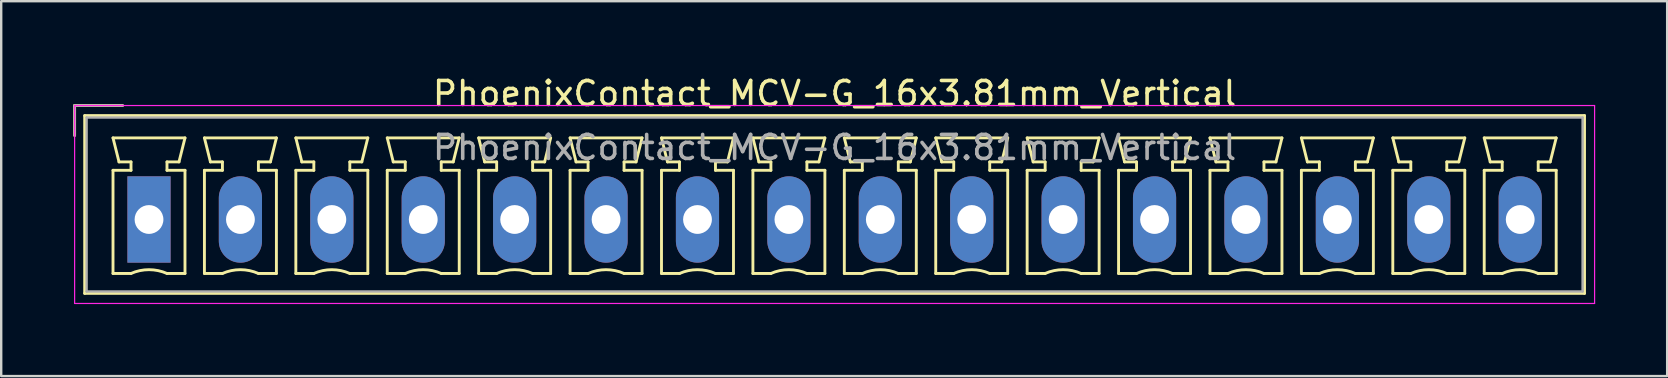
<source format=kicad_pcb>
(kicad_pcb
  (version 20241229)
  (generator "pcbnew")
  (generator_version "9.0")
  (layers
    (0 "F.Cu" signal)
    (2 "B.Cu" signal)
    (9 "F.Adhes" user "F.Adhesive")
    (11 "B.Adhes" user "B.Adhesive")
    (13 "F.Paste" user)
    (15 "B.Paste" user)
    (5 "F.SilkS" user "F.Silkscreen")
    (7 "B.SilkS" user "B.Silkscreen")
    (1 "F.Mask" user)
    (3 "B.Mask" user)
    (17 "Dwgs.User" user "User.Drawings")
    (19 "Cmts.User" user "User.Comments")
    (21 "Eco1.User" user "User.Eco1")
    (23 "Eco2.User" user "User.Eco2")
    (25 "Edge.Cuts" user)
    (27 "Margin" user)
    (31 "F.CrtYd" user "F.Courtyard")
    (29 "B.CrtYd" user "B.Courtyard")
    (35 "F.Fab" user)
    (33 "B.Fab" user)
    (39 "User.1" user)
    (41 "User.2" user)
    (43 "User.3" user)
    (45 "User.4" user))
  (footprint "PhoenixContact_MCV-G_16x3.81mm_Vertical"
    (layer "F.Cu")
    (at 3.16 6.098)
    (property "Reference" "PhoenixContact_MCV-G_16x3.81mm_Vertical" (at 28.575 -5.25 0) (layer "F.SilkS") (effects (font (size 1 1) (thickness 0.15))))
    (attr through_hole)
    (fp_line (start -3.1 -4.75) (end -1.1 -4.75) (stroke (width 0.12) (type solid)) (layer "F.SilkS"))
    (fp_line (start -3.1 -3.5) (end -3.1 -4.75) (stroke (width 0.12) (type solid)) (layer "F.SilkS"))
    (fp_line (start -2.68 -4.33) (end -2.68 3.08) (stroke (width 0.12) (type solid)) (layer "F.SilkS"))
    (fp_line (start -2.68 3.08) (end 59.83 3.08) (stroke (width 0.12) (type solid)) (layer "F.SilkS"))
    (fp_line (start -1.5 -3.4) (end 1.5 -3.4) (stroke (width 0.12) (type solid)) (layer "F.SilkS"))
    (fp_line (start -1.5 -2.05) (end -0.75 -2.05) (stroke (width 0.12) (type solid)) (layer "F.SilkS"))
    (fp_line (start -1.5 2.25) (end -1.5 -2.05) (stroke (width 0.12) (type solid)) (layer "F.SilkS"))
    (fp_line (start -1.25 -2.4) (end -1.5 -3.4) (stroke (width 0.12) (type solid)) (layer "F.SilkS"))
    (fp_line (start -0.75 -2.4) (end -1.25 -2.4) (stroke (width 0.12) (type solid)) (layer "F.SilkS"))
    (fp_line (start -0.75 -2.05) (end -0.75 -2.4) (stroke (width 0.12) (type solid)) (layer "F.SilkS"))
    (fp_line (start -0.75 2.25) (end -1.5 2.25) (stroke (width 0.12) (type solid)) (layer "F.SilkS"))
    (fp_line (start 0.75 -2.4) (end 0.75 -2.05) (stroke (width 0.12) (type solid)) (layer "F.SilkS"))
    (fp_line (start 0.75 -2.05) (end 1.5 -2.05) (stroke (width 0.12) (type solid)) (layer "F.SilkS"))
    (fp_line (start 1.25 -2.4) (end 0.75 -2.4) (stroke (width 0.12) (type solid)) (layer "F.SilkS"))
    (fp_line (start 1.5 -3.4) (end 1.25 -2.4) (stroke (width 0.12) (type solid)) (layer "F.SilkS"))
    (fp_line (start 1.5 -2.05) (end 1.5 2.25) (stroke (width 0.12) (type solid)) (layer "F.SilkS"))
    (fp_line (start 1.5 2.25) (end 0.75 2.25) (stroke (width 0.12) (type solid)) (layer "F.SilkS"))
    (fp_line (start 2.31 -3.4) (end 5.31 -3.4) (stroke (width 0.12) (type solid)) (layer "F.SilkS"))
    (fp_line (start 2.31 -2.05) (end 3.06 -2.05) (stroke (width 0.12) (type solid)) (layer "F.SilkS"))
    (fp_line (start 2.31 2.25) (end 2.31 -2.05) (stroke (width 0.12) (type solid)) (layer "F.SilkS"))
    (fp_line (start 2.56 -2.4) (end 2.31 -3.4) (stroke (width 0.12) (type solid)) (layer "F.SilkS"))
    (fp_line (start 3.06 -2.4) (end 2.56 -2.4) (stroke (width 0.12) (type solid)) (layer "F.SilkS"))
    (fp_line (start 3.06 -2.05) (end 3.06 -2.4) (stroke (width 0.12) (type solid)) (layer "F.SilkS"))
    (fp_line (start 3.06 2.25) (end 2.31 2.25) (stroke (width 0.12) (type solid)) (layer "F.SilkS"))
    (fp_line (start 4.56 -2.4) (end 4.56 -2.05) (stroke (width 0.12) (type solid)) (layer "F.SilkS"))
    (fp_line (start 4.56 -2.05) (end 5.31 -2.05) (stroke (width 0.12) (type solid)) (layer "F.SilkS"))
    (fp_line (start 5.06 -2.4) (end 4.56 -2.4) (stroke (width 0.12) (type solid)) (layer "F.SilkS"))
    (fp_line (start 5.31 -3.4) (end 5.06 -2.4) (stroke (width 0.12) (type solid)) (layer "F.SilkS"))
    (fp_line (start 5.31 -2.05) (end 5.31 2.25) (stroke (width 0.12) (type solid)) (layer "F.SilkS"))
    (fp_line (start 5.31 2.25) (end 4.56 2.25) (stroke (width 0.12) (type solid)) (layer "F.SilkS"))
    (fp_line (start 6.12 -3.4) (end 9.12 -3.4) (stroke (width 0.12) (type solid)) (layer "F.SilkS"))
    (fp_line (start 6.12 -2.05) (end 6.87 -2.05) (stroke (width 0.12) (type solid)) (layer "F.SilkS"))
    (fp_line (start 6.12 2.25) (end 6.12 -2.05) (stroke (width 0.12) (type solid)) (layer "F.SilkS"))
    (fp_line (start 6.37 -2.4) (end 6.12 -3.4) (stroke (width 0.12) (type solid)) (layer "F.SilkS"))
    (fp_line (start 6.87 -2.4) (end 6.37 -2.4) (stroke (width 0.12) (type solid)) (layer "F.SilkS"))
    (fp_line (start 6.87 -2.05) (end 6.87 -2.4) (stroke (width 0.12) (type solid)) (layer "F.SilkS"))
    (fp_line (start 6.87 2.25) (end 6.12 2.25) (stroke (width 0.12) (type solid)) (layer "F.SilkS"))
    (fp_line (start 8.37 -2.4) (end 8.37 -2.05) (stroke (width 0.12) (type solid)) (layer "F.SilkS"))
    (fp_line (start 8.37 -2.05) (end 9.12 -2.05) (stroke (width 0.12) (type solid)) (layer "F.SilkS"))
    (fp_line (start 8.87 -2.4) (end 8.37 -2.4) (stroke (width 0.12) (type solid)) (layer "F.SilkS"))
    (fp_line (start 9.12 -3.4) (end 8.87 -2.4) (stroke (width 0.12) (type solid)) (layer "F.SilkS"))
    (fp_line (start 9.12 -2.05) (end 9.12 2.25) (stroke (width 0.12) (type solid)) (layer "F.SilkS"))
    (fp_line (start 9.12 2.25) (end 8.37 2.25) (stroke (width 0.12) (type solid)) (layer "F.SilkS"))
    (fp_line (start 9.93 -3.4) (end 12.93 -3.4) (stroke (width 0.12) (type solid)) (layer "F.SilkS"))
    (fp_line (start 9.93 -2.05) (end 10.68 -2.05) (stroke (width 0.12) (type solid)) (layer "F.SilkS"))
    (fp_line (start 9.93 2.25) (end 9.93 -2.05) (stroke (width 0.12) (type solid)) (layer "F.SilkS"))
    (fp_line (start 10.18 -2.4) (end 9.93 -3.4) (stroke (width 0.12) (type solid)) (layer "F.SilkS"))
    (fp_line (start 10.68 -2.4) (end 10.18 -2.4) (stroke (width 0.12) (type solid)) (layer "F.SilkS"))
    (fp_line (start 10.68 -2.05) (end 10.68 -2.4) (stroke (width 0.12) (type solid)) (layer "F.SilkS"))
    (fp_line (start 10.68 2.25) (end 9.93 2.25) (stroke (width 0.12) (type solid)) (layer "F.SilkS"))
    (fp_line (start 12.18 -2.4) (end 12.18 -2.05) (stroke (width 0.12) (type solid)) (layer "F.SilkS"))
    (fp_line (start 12.18 -2.05) (end 12.93 -2.05) (stroke (width 0.12) (type solid)) (layer "F.SilkS"))
    (fp_line (start 12.68 -2.4) (end 12.18 -2.4) (stroke (width 0.12) (type solid)) (layer "F.SilkS"))
    (fp_line (start 12.93 -3.4) (end 12.68 -2.4) (stroke (width 0.12) (type solid)) (layer "F.SilkS"))
    (fp_line (start 12.93 -2.05) (end 12.93 2.25) (stroke (width 0.12) (type solid)) (layer "F.SilkS"))
    (fp_line (start 12.93 2.25) (end 12.18 2.25) (stroke (width 0.12) (type solid)) (layer "F.SilkS"))
    (fp_line (start 13.74 -3.4) (end 16.74 -3.4) (stroke (width 0.12) (type solid)) (layer "F.SilkS"))
    (fp_line (start 13.74 -2.05) (end 14.49 -2.05) (stroke (width 0.12) (type solid)) (layer "F.SilkS"))
    (fp_line (start 13.74 2.25) (end 13.74 -2.05) (stroke (width 0.12) (type solid)) (layer "F.SilkS"))
    (fp_line (start 13.99 -2.4) (end 13.74 -3.4) (stroke (width 0.12) (type solid)) (layer "F.SilkS"))
    (fp_line (start 14.49 -2.4) (end 13.99 -2.4) (stroke (width 0.12) (type solid)) (layer "F.SilkS"))
    (fp_line (start 14.49 -2.05) (end 14.49 -2.4) (stroke (width 0.12) (type solid)) (layer "F.SilkS"))
    (fp_line (start 14.49 2.25) (end 13.74 2.25) (stroke (width 0.12) (type solid)) (layer "F.SilkS"))
    (fp_line (start 15.99 -2.4) (end 15.99 -2.05) (stroke (width 0.12) (type solid)) (layer "F.SilkS"))
    (fp_line (start 15.99 -2.05) (end 16.74 -2.05) (stroke (width 0.12) (type solid)) (layer "F.SilkS"))
    (fp_line (start 16.49 -2.4) (end 15.99 -2.4) (stroke (width 0.12) (type solid)) (layer "F.SilkS"))
    (fp_line (start 16.74 -3.4) (end 16.49 -2.4) (stroke (width 0.12) (type solid)) (layer "F.SilkS"))
    (fp_line (start 16.74 -2.05) (end 16.74 2.25) (stroke (width 0.12) (type solid)) (layer "F.SilkS"))
    (fp_line (start 16.74 2.25) (end 15.99 2.25) (stroke (width 0.12) (type solid)) (layer "F.SilkS"))
    (fp_line (start 17.55 -3.4) (end 20.55 -3.4) (stroke (width 0.12) (type solid)) (layer "F.SilkS"))
    (fp_line (start 17.55 -2.05) (end 18.3 -2.05) (stroke (width 0.12) (type solid)) (layer "F.SilkS"))
    (fp_line (start 17.55 2.25) (end 17.55 -2.05) (stroke (width 0.12) (type solid)) (layer "F.SilkS"))
    (fp_line (start 17.8 -2.4) (end 17.55 -3.4) (stroke (width 0.12) (type solid)) (layer "F.SilkS"))
    (fp_line (start 18.3 -2.4) (end 17.8 -2.4) (stroke (width 0.12) (type solid)) (layer "F.SilkS"))
    (fp_line (start 18.3 -2.05) (end 18.3 -2.4) (stroke (width 0.12) (type solid)) (layer "F.SilkS"))
    (fp_line (start 18.3 2.25) (end 17.55 2.25) (stroke (width 0.12) (type solid)) (layer "F.SilkS"))
    (fp_line (start 19.8 -2.4) (end 19.8 -2.05) (stroke (width 0.12) (type solid)) (layer "F.SilkS"))
    (fp_line (start 19.8 -2.05) (end 20.55 -2.05) (stroke (width 0.12) (type solid)) (layer "F.SilkS"))
    (fp_line (start 20.3 -2.4) (end 19.8 -2.4) (stroke (width 0.12) (type solid)) (layer "F.SilkS"))
    (fp_line (start 20.55 -3.4) (end 20.3 -2.4) (stroke (width 0.12) (type solid)) (layer "F.SilkS"))
    (fp_line (start 20.55 -2.05) (end 20.55 2.25) (stroke (width 0.12) (type solid)) (layer "F.SilkS"))
    (fp_line (start 20.55 2.25) (end 19.8 2.25) (stroke (width 0.12) (type solid)) (layer "F.SilkS"))
    (fp_line (start 21.36 -3.4) (end 24.36 -3.4) (stroke (width 0.12) (type solid)) (layer "F.SilkS"))
    (fp_line (start 21.36 -2.05) (end 22.11 -2.05) (stroke (width 0.12) (type solid)) (layer "F.SilkS"))
    (fp_line (start 21.36 2.25) (end 21.36 -2.05) (stroke (width 0.12) (type solid)) (layer "F.SilkS"))
    (fp_line (start 21.61 -2.4) (end 21.36 -3.4) (stroke (width 0.12) (type solid)) (layer "F.SilkS"))
    (fp_line (start 22.11 -2.4) (end 21.61 -2.4) (stroke (width 0.12) (type solid)) (layer "F.SilkS"))
    (fp_line (start 22.11 -2.05) (end 22.11 -2.4) (stroke (width 0.12) (type solid)) (layer "F.SilkS"))
    (fp_line (start 22.11 2.25) (end 21.36 2.25) (stroke (width 0.12) (type solid)) (layer "F.SilkS"))
    (fp_line (start 23.61 -2.4) (end 23.61 -2.05) (stroke (width 0.12) (type solid)) (layer "F.SilkS"))
    (fp_line (start 23.61 -2.05) (end 24.36 -2.05) (stroke (width 0.12) (type solid)) (layer "F.SilkS"))
    (fp_line (start 24.11 -2.4) (end 23.61 -2.4) (stroke (width 0.12) (type solid)) (layer "F.SilkS"))
    (fp_line (start 24.36 -3.4) (end 24.11 -2.4) (stroke (width 0.12) (type solid)) (layer "F.SilkS"))
    (fp_line (start 24.36 -2.05) (end 24.36 2.25) (stroke (width 0.12) (type solid)) (layer "F.SilkS"))
    (fp_line (start 24.36 2.25) (end 23.61 2.25) (stroke (width 0.12) (type solid)) (layer "F.SilkS"))
    (fp_line (start 25.17 -3.4) (end 28.17 -3.4) (stroke (width 0.12) (type solid)) (layer "F.SilkS"))
    (fp_line (start 25.17 -2.05) (end 25.92 -2.05) (stroke (width 0.12) (type solid)) (layer "F.SilkS"))
    (fp_line (start 25.17 2.25) (end 25.17 -2.05) (stroke (width 0.12) (type solid)) (layer "F.SilkS"))
    (fp_line (start 25.42 -2.4) (end 25.17 -3.4) (stroke (width 0.12) (type solid)) (layer "F.SilkS"))
    (fp_line (start 25.92 -2.4) (end 25.42 -2.4) (stroke (width 0.12) (type solid)) (layer "F.SilkS"))
    (fp_line (start 25.92 -2.05) (end 25.92 -2.4) (stroke (width 0.12) (type solid)) (layer "F.SilkS"))
    (fp_line (start 25.92 2.25) (end 25.17 2.25) (stroke (width 0.12) (type solid)) (layer "F.SilkS"))
    (fp_line (start 27.42 -2.4) (end 27.42 -2.05) (stroke (width 0.12) (type solid)) (layer "F.SilkS"))
    (fp_line (start 27.42 -2.05) (end 28.17 -2.05) (stroke (width 0.12) (type solid)) (layer "F.SilkS"))
    (fp_line (start 27.92 -2.4) (end 27.42 -2.4) (stroke (width 0.12) (type solid)) (layer "F.SilkS"))
    (fp_line (start 28.17 -3.4) (end 27.92 -2.4) (stroke (width 0.12) (type solid)) (layer "F.SilkS"))
    (fp_line (start 28.17 -2.05) (end 28.17 2.25) (stroke (width 0.12) (type solid)) (layer "F.SilkS"))
    (fp_line (start 28.17 2.25) (end 27.42 2.25) (stroke (width 0.12) (type solid)) (layer "F.SilkS"))
    (fp_line (start 28.98 -3.4) (end 31.98 -3.4) (stroke (width 0.12) (type solid)) (layer "F.SilkS"))
    (fp_line (start 28.98 -2.05) (end 29.73 -2.05) (stroke (width 0.12) (type solid)) (layer "F.SilkS"))
    (fp_line (start 28.98 2.25) (end 28.98 -2.05) (stroke (width 0.12) (type solid)) (layer "F.SilkS"))
    (fp_line (start 29.23 -2.4) (end 28.98 -3.4) (stroke (width 0.12) (type solid)) (layer "F.SilkS"))
    (fp_line (start 29.73 -2.4) (end 29.23 -2.4) (stroke (width 0.12) (type solid)) (layer "F.SilkS"))
    (fp_line (start 29.73 -2.05) (end 29.73 -2.4) (stroke (width 0.12) (type solid)) (layer "F.SilkS"))
    (fp_line (start 29.73 2.25) (end 28.98 2.25) (stroke (width 0.12) (type solid)) (layer "F.SilkS"))
    (fp_line (start 31.23 -2.4) (end 31.23 -2.05) (stroke (width 0.12) (type solid)) (layer "F.SilkS"))
    (fp_line (start 31.23 -2.05) (end 31.98 -2.05) (stroke (width 0.12) (type solid)) (layer "F.SilkS"))
    (fp_line (start 31.73 -2.4) (end 31.23 -2.4) (stroke (width 0.12) (type solid)) (layer "F.SilkS"))
    (fp_line (start 31.98 -3.4) (end 31.73 -2.4) (stroke (width 0.12) (type solid)) (layer "F.SilkS"))
    (fp_line (start 31.98 -2.05) (end 31.98 2.25) (stroke (width 0.12) (type solid)) (layer "F.SilkS"))
    (fp_line (start 31.98 2.25) (end 31.23 2.25) (stroke (width 0.12) (type solid)) (layer "F.SilkS"))
    (fp_line (start 32.79 -3.4) (end 35.79 -3.4) (stroke (width 0.12) (type solid)) (layer "F.SilkS"))
    (fp_line (start 32.79 -2.05) (end 33.54 -2.05) (stroke (width 0.12) (type solid)) (layer "F.SilkS"))
    (fp_line (start 32.79 2.25) (end 32.79 -2.05) (stroke (width 0.12) (type solid)) (layer "F.SilkS"))
    (fp_line (start 33.04 -2.4) (end 32.79 -3.4) (stroke (width 0.12) (type solid)) (layer "F.SilkS"))
    (fp_line (start 33.54 -2.4) (end 33.04 -2.4) (stroke (width 0.12) (type solid)) (layer "F.SilkS"))
    (fp_line (start 33.54 -2.05) (end 33.54 -2.4) (stroke (width 0.12) (type solid)) (layer "F.SilkS"))
    (fp_line (start 33.54 2.25) (end 32.79 2.25) (stroke (width 0.12) (type solid)) (layer "F.SilkS"))
    (fp_line (start 35.04 -2.4) (end 35.04 -2.05) (stroke (width 0.12) (type solid)) (layer "F.SilkS"))
    (fp_line (start 35.04 -2.05) (end 35.79 -2.05) (stroke (width 0.12) (type solid)) (layer "F.SilkS"))
    (fp_line (start 35.54 -2.4) (end 35.04 -2.4) (stroke (width 0.12) (type solid)) (layer "F.SilkS"))
    (fp_line (start 35.79 -3.4) (end 35.54 -2.4) (stroke (width 0.12) (type solid)) (layer "F.SilkS"))
    (fp_line (start 35.79 -2.05) (end 35.79 2.25) (stroke (width 0.12) (type solid)) (layer "F.SilkS"))
    (fp_line (start 35.79 2.25) (end 35.04 2.25) (stroke (width 0.12) (type solid)) (layer "F.SilkS"))
    (fp_line (start 36.6 -3.4) (end 39.6 -3.4) (stroke (width 0.12) (type solid)) (layer "F.SilkS"))
    (fp_line (start 36.6 -2.05) (end 37.35 -2.05) (stroke (width 0.12) (type solid)) (layer "F.SilkS"))
    (fp_line (start 36.6 2.25) (end 36.6 -2.05) (stroke (width 0.12) (type solid)) (layer "F.SilkS"))
    (fp_line (start 36.85 -2.4) (end 36.6 -3.4) (stroke (width 0.12) (type solid)) (layer "F.SilkS"))
    (fp_line (start 37.35 -2.4) (end 36.85 -2.4) (stroke (width 0.12) (type solid)) (layer "F.SilkS"))
    (fp_line (start 37.35 -2.05) (end 37.35 -2.4) (stroke (width 0.12) (type solid)) (layer "F.SilkS"))
    (fp_line (start 37.35 2.25) (end 36.6 2.25) (stroke (width 0.12) (type solid)) (layer "F.SilkS"))
    (fp_line (start 38.85 -2.4) (end 38.85 -2.05) (stroke (width 0.12) (type solid)) (layer "F.SilkS"))
    (fp_line (start 38.85 -2.05) (end 39.6 -2.05) (stroke (width 0.12) (type solid)) (layer "F.SilkS"))
    (fp_line (start 39.35 -2.4) (end 38.85 -2.4) (stroke (width 0.12) (type solid)) (layer "F.SilkS"))
    (fp_line (start 39.6 -3.4) (end 39.35 -2.4) (stroke (width 0.12) (type solid)) (layer "F.SilkS"))
    (fp_line (start 39.6 -2.05) (end 39.6 2.25) (stroke (width 0.12) (type solid)) (layer "F.SilkS"))
    (fp_line (start 39.6 2.25) (end 38.85 2.25) (stroke (width 0.12) (type solid)) (layer "F.SilkS"))
    (fp_line (start 40.41 -3.4) (end 43.41 -3.4) (stroke (width 0.12) (type solid)) (layer "F.SilkS"))
    (fp_line (start 40.41 -2.05) (end 41.16 -2.05) (stroke (width 0.12) (type solid)) (layer "F.SilkS"))
    (fp_line (start 40.41 2.25) (end 40.41 -2.05) (stroke (width 0.12) (type solid)) (layer "F.SilkS"))
    (fp_line (start 40.66 -2.4) (end 40.41 -3.4) (stroke (width 0.12) (type solid)) (layer "F.SilkS"))
    (fp_line (start 41.16 -2.4) (end 40.66 -2.4) (stroke (width 0.12) (type solid)) (layer "F.SilkS"))
    (fp_line (start 41.16 -2.05) (end 41.16 -2.4) (stroke (width 0.12) (type solid)) (layer "F.SilkS"))
    (fp_line (start 41.16 2.25) (end 40.41 2.25) (stroke (width 0.12) (type solid)) (layer "F.SilkS"))
    (fp_line (start 42.66 -2.4) (end 42.66 -2.05) (stroke (width 0.12) (type solid)) (layer "F.SilkS"))
    (fp_line (start 42.66 -2.05) (end 43.41 -2.05) (stroke (width 0.12) (type solid)) (layer "F.SilkS"))
    (fp_line (start 43.16 -2.4) (end 42.66 -2.4) (stroke (width 0.12) (type solid)) (layer "F.SilkS"))
    (fp_line (start 43.41 -3.4) (end 43.16 -2.4) (stroke (width 0.12) (type solid)) (layer "F.SilkS"))
    (fp_line (start 43.41 -2.05) (end 43.41 2.25) (stroke (width 0.12) (type solid)) (layer "F.SilkS"))
    (fp_line (start 43.41 2.25) (end 42.66 2.25) (stroke (width 0.12) (type solid)) (layer "F.SilkS"))
    (fp_line (start 44.22 -3.4) (end 47.22 -3.4) (stroke (width 0.12) (type solid)) (layer "F.SilkS"))
    (fp_line (start 44.22 -2.05) (end 44.97 -2.05) (stroke (width 0.12) (type solid)) (layer "F.SilkS"))
    (fp_line (start 44.22 2.25) (end 44.22 -2.05) (stroke (width 0.12) (type solid)) (layer "F.SilkS"))
    (fp_line (start 44.47 -2.4) (end 44.22 -3.4) (stroke (width 0.12) (type solid)) (layer "F.SilkS"))
    (fp_line (start 44.97 -2.4) (end 44.47 -2.4) (stroke (width 0.12) (type solid)) (layer "F.SilkS"))
    (fp_line (start 44.97 -2.05) (end 44.97 -2.4) (stroke (width 0.12) (type solid)) (layer "F.SilkS"))
    (fp_line (start 44.97 2.25) (end 44.22 2.25) (stroke (width 0.12) (type solid)) (layer "F.SilkS"))
    (fp_line (start 46.47 -2.4) (end 46.47 -2.05) (stroke (width 0.12) (type solid)) (layer "F.SilkS"))
    (fp_line (start 46.47 -2.05) (end 47.22 -2.05) (stroke (width 0.12) (type solid)) (layer "F.SilkS"))
    (fp_line (start 46.97 -2.4) (end 46.47 -2.4) (stroke (width 0.12) (type solid)) (layer "F.SilkS"))
    (fp_line (start 47.22 -3.4) (end 46.97 -2.4) (stroke (width 0.12) (type solid)) (layer "F.SilkS"))
    (fp_line (start 47.22 -2.05) (end 47.22 2.25) (stroke (width 0.12) (type solid)) (layer "F.SilkS"))
    (fp_line (start 47.22 2.25) (end 46.47 2.25) (stroke (width 0.12) (type solid)) (layer "F.SilkS"))
    (fp_line (start 48.03 -3.4) (end 51.03 -3.4) (stroke (width 0.12) (type solid)) (layer "F.SilkS"))
    (fp_line (start 48.03 -2.05) (end 48.78 -2.05) (stroke (width 0.12) (type solid)) (layer "F.SilkS"))
    (fp_line (start 48.03 2.25) (end 48.03 -2.05) (stroke (width 0.12) (type solid)) (layer "F.SilkS"))
    (fp_line (start 48.28 -2.4) (end 48.03 -3.4) (stroke (width 0.12) (type solid)) (layer "F.SilkS"))
    (fp_line (start 48.78 -2.4) (end 48.28 -2.4) (stroke (width 0.12) (type solid)) (layer "F.SilkS"))
    (fp_line (start 48.78 -2.05) (end 48.78 -2.4) (stroke (width 0.12) (type solid)) (layer "F.SilkS"))
    (fp_line (start 48.78 2.25) (end 48.03 2.25) (stroke (width 0.12) (type solid)) (layer "F.SilkS"))
    (fp_line (start 50.28 -2.4) (end 50.28 -2.05) (stroke (width 0.12) (type solid)) (layer "F.SilkS"))
    (fp_line (start 50.28 -2.05) (end 51.03 -2.05) (stroke (width 0.12) (type solid)) (layer "F.SilkS"))
    (fp_line (start 50.78 -2.4) (end 50.28 -2.4) (stroke (width 0.12) (type solid)) (layer "F.SilkS"))
    (fp_line (start 51.03 -3.4) (end 50.78 -2.4) (stroke (width 0.12) (type solid)) (layer "F.SilkS"))
    (fp_line (start 51.03 -2.05) (end 51.03 2.25) (stroke (width 0.12) (type solid)) (layer "F.SilkS"))
    (fp_line (start 51.03 2.25) (end 50.28 2.25) (stroke (width 0.12) (type solid)) (layer "F.SilkS"))
    (fp_line (start 51.84 -3.4) (end 54.84 -3.4) (stroke (width 0.12) (type solid)) (layer "F.SilkS"))
    (fp_line (start 51.84 -2.05) (end 52.59 -2.05) (stroke (width 0.12) (type solid)) (layer "F.SilkS"))
    (fp_line (start 51.84 2.25) (end 51.84 -2.05) (stroke (width 0.12) (type solid)) (layer "F.SilkS"))
    (fp_line (start 52.09 -2.4) (end 51.84 -3.4) (stroke (width 0.12) (type solid)) (layer "F.SilkS"))
    (fp_line (start 52.59 -2.4) (end 52.09 -2.4) (stroke (width 0.12) (type solid)) (layer "F.SilkS"))
    (fp_line (start 52.59 -2.05) (end 52.59 -2.4) (stroke (width 0.12) (type solid)) (layer "F.SilkS"))
    (fp_line (start 52.59 2.25) (end 51.84 2.25) (stroke (width 0.12) (type solid)) (layer "F.SilkS"))
    (fp_line (start 54.09 -2.4) (end 54.09 -2.05) (stroke (width 0.12) (type solid)) (layer "F.SilkS"))
    (fp_line (start 54.09 -2.05) (end 54.84 -2.05) (stroke (width 0.12) (type solid)) (layer "F.SilkS"))
    (fp_line (start 54.59 -2.4) (end 54.09 -2.4) (stroke (width 0.12) (type solid)) (layer "F.SilkS"))
    (fp_line (start 54.84 -3.4) (end 54.59 -2.4) (stroke (width 0.12) (type solid)) (layer "F.SilkS"))
    (fp_line (start 54.84 -2.05) (end 54.84 2.25) (stroke (width 0.12) (type solid)) (layer "F.SilkS"))
    (fp_line (start 54.84 2.25) (end 54.09 2.25) (stroke (width 0.12) (type solid)) (layer "F.SilkS"))
    (fp_line (start 55.65 -3.4) (end 58.65 -3.4) (stroke (width 0.12) (type solid)) (layer "F.SilkS"))
    (fp_line (start 55.65 -2.05) (end 56.4 -2.05) (stroke (width 0.12) (type solid)) (layer "F.SilkS"))
    (fp_line (start 55.65 2.25) (end 55.65 -2.05) (stroke (width 0.12) (type solid)) (layer "F.SilkS"))
    (fp_line (start 55.9 -2.4) (end 55.65 -3.4) (stroke (width 0.12) (type solid)) (layer "F.SilkS"))
    (fp_line (start 56.4 -2.4) (end 55.9 -2.4) (stroke (width 0.12) (type solid)) (layer "F.SilkS"))
    (fp_line (start 56.4 -2.05) (end 56.4 -2.4) (stroke (width 0.12) (type solid)) (layer "F.SilkS"))
    (fp_line (start 56.4 2.25) (end 55.65 2.25) (stroke (width 0.12) (type solid)) (layer "F.SilkS"))
    (fp_line (start 57.9 -2.4) (end 57.9 -2.05) (stroke (width 0.12) (type solid)) (layer "F.SilkS"))
    (fp_line (start 57.9 -2.05) (end 58.65 -2.05) (stroke (width 0.12) (type solid)) (layer "F.SilkS"))
    (fp_line (start 58.4 -2.4) (end 57.9 -2.4) (stroke (width 0.12) (type solid)) (layer "F.SilkS"))
    (fp_line (start 58.65 -3.4) (end 58.4 -2.4) (stroke (width 0.12) (type solid)) (layer "F.SilkS"))
    (fp_line (start 58.65 -2.05) (end 58.65 2.25) (stroke (width 0.12) (type solid)) (layer "F.SilkS"))
    (fp_line (start 58.65 2.25) (end 57.9 2.25) (stroke (width 0.12) (type solid)) (layer "F.SilkS"))
    (fp_line (start 59.83 -4.33) (end -2.68 -4.33) (stroke (width 0.12) (type solid)) (layer "F.SilkS"))
    (fp_line (start 59.83 3.08) (end 59.83 -4.33) (stroke (width 0.12) (type solid)) (layer "F.SilkS"))
    (fp_arc (start -0.75 2.25) (mid -0.000193 2.09191) (end 0.749647 2.249844) (stroke (width 0.12) (type solid)) (layer "F.SilkS"))
    (fp_arc (start 3.06 2.25) (mid 3.809807 2.09191) (end 4.559647 2.249844) (stroke (width 0.12) (type solid)) (layer "F.SilkS"))
    (fp_arc (start 6.87 2.25) (mid 7.619807 2.09191) (end 8.369647 2.249844) (stroke (width 0.12) (type solid)) (layer "F.SilkS"))
    (fp_arc (start 10.68 2.25) (mid 11.429807 2.09191) (end 12.179647 2.249844) (stroke (width 0.12) (type solid)) (layer "F.SilkS"))
    (fp_arc (start 14.49 2.25) (mid 15.239807 2.09191) (end 15.989647 2.249844) (stroke (width 0.12) (type solid)) (layer "F.SilkS"))
    (fp_arc (start 18.3 2.25) (mid 19.049807 2.09191) (end 19.799647 2.249844) (stroke (width 0.12) (type solid)) (layer "F.SilkS"))
    (fp_arc (start 22.11 2.25) (mid 22.859807 2.09191) (end 23.609647 2.249844) (stroke (width 0.12) (type solid)) (layer "F.SilkS"))
    (fp_arc (start 25.92 2.25) (mid 26.669807 2.09191) (end 27.419647 2.249844) (stroke (width 0.12) (type solid)) (layer "F.SilkS"))
    (fp_arc (start 29.73 2.25) (mid 30.479807 2.09191) (end 31.229647 2.249844) (stroke (width 0.12) (type solid)) (layer "F.SilkS"))
    (fp_arc (start 33.54 2.25) (mid 34.289807 2.09191) (end 35.039647 2.249844) (stroke (width 0.12) (type solid)) (layer "F.SilkS"))
    (fp_arc (start 37.35 2.25) (mid 38.099807 2.09191) (end 38.849647 2.249844) (stroke (width 0.12) (type solid)) (layer "F.SilkS"))
    (fp_arc (start 41.16 2.25) (mid 41.909807 2.09191) (end 42.659647 2.249844) (stroke (width 0.12) (type solid)) (layer "F.SilkS"))
    (fp_arc (start 44.97 2.25) (mid 45.719807 2.09191) (end 46.469647 2.249844) (stroke (width 0.12) (type solid)) (layer "F.SilkS"))
    (fp_arc (start 48.78 2.25) (mid 49.529807 2.09191) (end 50.279647 2.249844) (stroke (width 0.12) (type solid)) (layer "F.SilkS"))
    (fp_arc (start 52.59 2.25) (mid 53.339807 2.09191) (end 54.089647 2.249844) (stroke (width 0.12) (type solid)) (layer "F.SilkS"))
    (fp_arc (start 56.4 2.25) (mid 57.149807 2.09191) (end 57.899647 2.249844) (stroke (width 0.12) (type solid)) (layer "F.SilkS"))
    (fp_line (start -3.1 -4.75) (end -3.1 3.5) (stroke (width 0.05) (type solid)) (layer "F.CrtYd"))
    (fp_line (start -3.1 3.5) (end 60.25 3.5) (stroke (width 0.05) (type solid)) (layer "F.CrtYd"))
    (fp_line (start 60.25 -4.75) (end -3.1 -4.75) (stroke (width 0.05) (type solid)) (layer "F.CrtYd"))
    (fp_line (start 60.25 3.5) (end 60.25 -4.75) (stroke (width 0.05) (type solid)) (layer "F.CrtYd"))
    (fp_line (start -3.1 -4.75) (end -1.1 -4.75) (stroke (width 0.1) (type solid)) (layer "F.Fab"))
    (fp_line (start -3.1 -3.5) (end -3.1 -4.75) (stroke (width 0.1) (type solid)) (layer "F.Fab"))
    (fp_line (start -2.6 -4.25) (end -2.6 3) (stroke (width 0.1) (type solid)) (layer "F.Fab"))
    (fp_line (start -2.6 3) (end 59.75 3) (stroke (width 0.1) (type solid)) (layer "F.Fab"))
    (fp_line (start 59.75 -4.25) (end -2.6 -4.25) (stroke (width 0.1) (type solid)) (layer "F.Fab"))
    (fp_line (start 59.75 3) (end 59.75 -4.25) (stroke (width 0.1) (type solid)) (layer "F.Fab"))
    (fp_text user "${REFERENCE}" (at 28.575 -3 0) (layer "F.Fab") (effects (font (size 1 1) (thickness 0.15))))
    (pad "1" thru_hole rect (at 0 0) (size 1.8 3.6) (drill 1.2) (layers "*.Cu" "*.Mask"))
    (pad "2" thru_hole oval (at 3.81 0) (size 1.8 3.6) (drill 1.2) (layers "*.Cu" "*.Mask"))
    (pad "3" thru_hole oval (at 7.62 0) (size 1.8 3.6) (drill 1.2) (layers "*.Cu" "*.Mask"))
    (pad "4" thru_hole oval (at 11.43 0) (size 1.8 3.6) (drill 1.2) (layers "*.Cu" "*.Mask"))
    (pad "5" thru_hole oval (at 15.24 0) (size 1.8 3.6) (drill 1.2) (layers "*.Cu" "*.Mask"))
    (pad "6" thru_hole oval (at 19.05 0) (size 1.8 3.6) (drill 1.2) (layers "*.Cu" "*.Mask"))
    (pad "7" thru_hole oval (at 22.86 0) (size 1.8 3.6) (drill 1.2) (layers "*.Cu" "*.Mask"))
    (pad "8" thru_hole oval (at 26.67 0) (size 1.8 3.6) (drill 1.2) (layers "*.Cu" "*.Mask"))
    (pad "9" thru_hole oval (at 30.48 0) (size 1.8 3.6) (drill 1.2) (layers "*.Cu" "*.Mask"))
    (pad "10" thru_hole oval (at 34.29 0) (size 1.8 3.6) (drill 1.2) (layers "*.Cu" "*.Mask"))
    (pad "11" thru_hole oval (at 38.1 0) (size 1.8 3.6) (drill 1.2) (layers "*.Cu" "*.Mask"))
    (pad "12" thru_hole oval (at 41.91 0) (size 1.8 3.6) (drill 1.2) (layers "*.Cu" "*.Mask"))
    (pad "13" thru_hole oval (at 45.72 0) (size 1.8 3.6) (drill 1.2) (layers "*.Cu" "*.Mask"))
    (pad "14" thru_hole oval (at 49.53 0) (size 1.8 3.6) (drill 1.2) (layers "*.Cu" "*.Mask"))
    (pad "15" thru_hole oval (at 53.34 0) (size 1.8 3.6) (drill 1.2) (layers "*.Cu" "*.Mask"))
    (pad "16" thru_hole oval (at 57.15 0) (size 1.8 3.6) (drill 1.2) (layers "*.Cu" "*.Mask")))
  (gr_rect
    (start -3 -3)
    (end 66.435 12.623)
    (stroke (width 0.1) (type default))
    (fill no)
    (layer "Edge.Cuts")))
</source>
